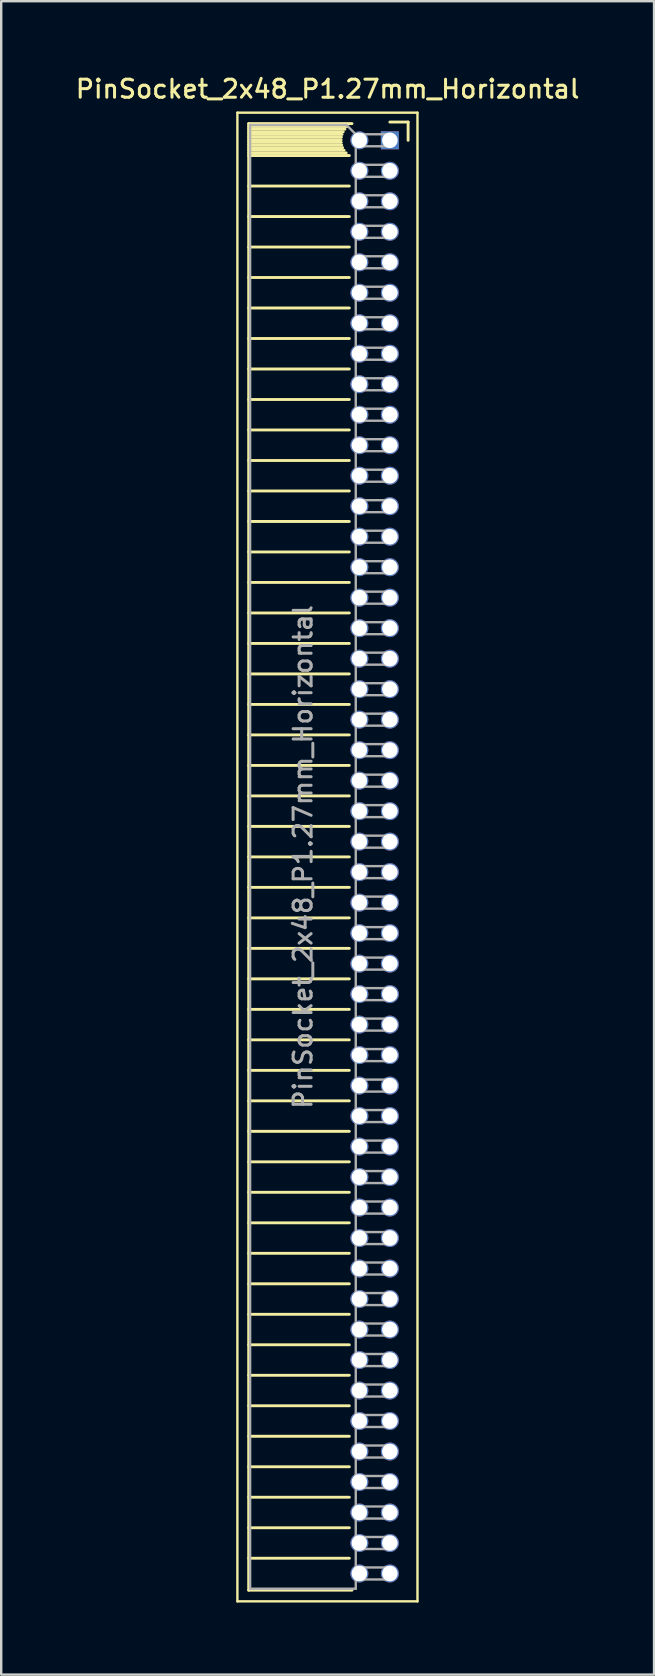
<source format=kicad_pcb>
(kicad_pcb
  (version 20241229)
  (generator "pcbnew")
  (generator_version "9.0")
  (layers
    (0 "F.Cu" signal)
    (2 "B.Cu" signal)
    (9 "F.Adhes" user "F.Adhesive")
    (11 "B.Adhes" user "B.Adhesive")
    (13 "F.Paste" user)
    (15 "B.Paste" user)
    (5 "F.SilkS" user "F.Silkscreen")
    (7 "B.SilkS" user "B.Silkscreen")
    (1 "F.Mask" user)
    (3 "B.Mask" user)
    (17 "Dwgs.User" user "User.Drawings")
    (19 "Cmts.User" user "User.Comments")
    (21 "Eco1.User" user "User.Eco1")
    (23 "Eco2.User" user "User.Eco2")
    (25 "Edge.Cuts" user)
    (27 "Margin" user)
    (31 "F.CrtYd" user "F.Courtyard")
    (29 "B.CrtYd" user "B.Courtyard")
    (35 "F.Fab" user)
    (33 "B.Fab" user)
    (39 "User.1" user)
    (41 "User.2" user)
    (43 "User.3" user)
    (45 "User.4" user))
  (footprint "PinSocket_2x48_P1.27mm_Horizontal"
    (layer "F.Cu")
    (at 13.187 2.793)
    (property "Reference" "PinSocket_2x48_P1.27mm_Horizontal" (at -2.592 -2.135 0) (layer "F.SilkS") (effects (font (size 0.75 0.75) (thickness 0.125))))
    (attr through_hole)
    (fp_line (start -6.35 -1.15) (end -6.35 60.85) (stroke (width 0.1) (type solid)) (layer "F.SilkS"))
    (fp_line (start -6.35 60.85) (end 1.15 60.85) (stroke (width 0.1) (type solid)) (layer "F.SilkS"))
    (fp_line (start -5.88 -0.695) (end -5.88 60.385) (stroke (width 0.12) (type solid)) (layer "F.SilkS"))
    (fp_line (start -5.88 -0.695) (end -1.578 -0.695) (stroke (width 0.12) (type solid)) (layer "F.SilkS"))
    (fp_line (start -5.88 -0.575) (end -1.767 -0.575) (stroke (width 0.12) (type solid)) (layer "F.SilkS"))
    (fp_line (start -5.88 -0.465) (end -1.871 -0.465) (stroke (width 0.12) (type solid)) (layer "F.SilkS"))
    (fp_line (start -5.88 -0.355) (end -1.942 -0.355) (stroke (width 0.12) (type solid)) (layer "F.SilkS"))
    (fp_line (start -5.88 -0.245) (end -1.989 -0.245) (stroke (width 0.12) (type solid)) (layer "F.SilkS"))
    (fp_line (start -5.88 -0.135) (end -2.018 -0.135) (stroke (width 0.12) (type solid)) (layer "F.SilkS"))
    (fp_line (start -5.88 -0.025) (end -2.03 -0.025) (stroke (width 0.12) (type solid)) (layer "F.SilkS"))
    (fp_line (start -5.88 0.085) (end -2.025 0.085) (stroke (width 0.12) (type solid)) (layer "F.SilkS"))
    (fp_line (start -5.88 0.195) (end -2.005 0.195) (stroke (width 0.12) (type solid)) (layer "F.SilkS"))
    (fp_line (start -5.88 0.305) (end -1.966 0.305) (stroke (width 0.12) (type solid)) (layer "F.SilkS"))
    (fp_line (start -5.88 0.415) (end -1.907 0.415) (stroke (width 0.12) (type solid)) (layer "F.SilkS"))
    (fp_line (start -5.88 0.525) (end -1.82 0.525) (stroke (width 0.12) (type solid)) (layer "F.SilkS"))
    (fp_line (start -5.88 0.635) (end -1.688 0.635) (stroke (width 0.12) (type solid)) (layer "F.SilkS"))
    (fp_line (start -5.88 1.905) (end -1.688 1.905) (stroke (width 0.12) (type solid)) (layer "F.SilkS"))
    (fp_line (start -5.88 3.175) (end -1.688 3.175) (stroke (width 0.12) (type solid)) (layer "F.SilkS"))
    (fp_line (start -5.88 4.445) (end -1.688 4.445) (stroke (width 0.12) (type solid)) (layer "F.SilkS"))
    (fp_line (start -5.88 5.715) (end -1.688 5.715) (stroke (width 0.12) (type solid)) (layer "F.SilkS"))
    (fp_line (start -5.88 6.985) (end -1.688 6.985) (stroke (width 0.12) (type solid)) (layer "F.SilkS"))
    (fp_line (start -5.88 8.255) (end -1.688 8.255) (stroke (width 0.12) (type solid)) (layer "F.SilkS"))
    (fp_line (start -5.88 9.525) (end -1.688 9.525) (stroke (width 0.12) (type solid)) (layer "F.SilkS"))
    (fp_line (start -5.88 10.795) (end -1.688 10.795) (stroke (width 0.12) (type solid)) (layer "F.SilkS"))
    (fp_line (start -5.88 12.065) (end -1.688 12.065) (stroke (width 0.12) (type solid)) (layer "F.SilkS"))
    (fp_line (start -5.88 13.335) (end -1.688 13.335) (stroke (width 0.12) (type solid)) (layer "F.SilkS"))
    (fp_line (start -5.88 14.605) (end -1.688 14.605) (stroke (width 0.12) (type solid)) (layer "F.SilkS"))
    (fp_line (start -5.88 15.875) (end -1.688 15.875) (stroke (width 0.12) (type solid)) (layer "F.SilkS"))
    (fp_line (start -5.88 17.145) (end -1.688 17.145) (stroke (width 0.12) (type solid)) (layer "F.SilkS"))
    (fp_line (start -5.88 18.415) (end -1.688 18.415) (stroke (width 0.12) (type solid)) (layer "F.SilkS"))
    (fp_line (start -5.88 19.685) (end -1.688 19.685) (stroke (width 0.12) (type solid)) (layer "F.SilkS"))
    (fp_line (start -5.88 20.955) (end -1.688 20.955) (stroke (width 0.12) (type solid)) (layer "F.SilkS"))
    (fp_line (start -5.88 22.225) (end -1.688 22.225) (stroke (width 0.12) (type solid)) (layer "F.SilkS"))
    (fp_line (start -5.88 23.495) (end -1.688 23.495) (stroke (width 0.12) (type solid)) (layer "F.SilkS"))
    (fp_line (start -5.88 24.765) (end -1.688 24.765) (stroke (width 0.12) (type solid)) (layer "F.SilkS"))
    (fp_line (start -5.88 26.035) (end -1.688 26.035) (stroke (width 0.12) (type solid)) (layer "F.SilkS"))
    (fp_line (start -5.88 27.305) (end -1.688 27.305) (stroke (width 0.12) (type solid)) (layer "F.SilkS"))
    (fp_line (start -5.88 28.575) (end -1.688 28.575) (stroke (width 0.12) (type solid)) (layer "F.SilkS"))
    (fp_line (start -5.88 29.845) (end -1.688 29.845) (stroke (width 0.12) (type solid)) (layer "F.SilkS"))
    (fp_line (start -5.88 31.115) (end -1.688 31.115) (stroke (width 0.12) (type solid)) (layer "F.SilkS"))
    (fp_line (start -5.88 32.385) (end -1.688 32.385) (stroke (width 0.12) (type solid)) (layer "F.SilkS"))
    (fp_line (start -5.88 33.655) (end -1.688 33.655) (stroke (width 0.12) (type solid)) (layer "F.SilkS"))
    (fp_line (start -5.88 34.925) (end -1.688 34.925) (stroke (width 0.12) (type solid)) (layer "F.SilkS"))
    (fp_line (start -5.88 36.195) (end -1.688 36.195) (stroke (width 0.12) (type solid)) (layer "F.SilkS"))
    (fp_line (start -5.88 37.465) (end -1.688 37.465) (stroke (width 0.12) (type solid)) (layer "F.SilkS"))
    (fp_line (start -5.88 38.735) (end -1.688 38.735) (stroke (width 0.12) (type solid)) (layer "F.SilkS"))
    (fp_line (start -5.88 40.005) (end -1.688 40.005) (stroke (width 0.12) (type solid)) (layer "F.SilkS"))
    (fp_line (start -5.88 41.275) (end -1.688 41.275) (stroke (width 0.12) (type solid)) (layer "F.SilkS"))
    (fp_line (start -5.88 42.545) (end -1.688 42.545) (stroke (width 0.12) (type solid)) (layer "F.SilkS"))
    (fp_line (start -5.88 43.815) (end -1.688 43.815) (stroke (width 0.12) (type solid)) (layer "F.SilkS"))
    (fp_line (start -5.88 45.085) (end -1.688 45.085) (stroke (width 0.12) (type solid)) (layer "F.SilkS"))
    (fp_line (start -5.88 46.355) (end -1.688 46.355) (stroke (width 0.12) (type solid)) (layer "F.SilkS"))
    (fp_line (start -5.88 47.625) (end -1.688 47.625) (stroke (width 0.12) (type solid)) (layer "F.SilkS"))
    (fp_line (start -5.88 48.895) (end -1.688 48.895) (stroke (width 0.12) (type solid)) (layer "F.SilkS"))
    (fp_line (start -5.88 50.165) (end -1.688 50.165) (stroke (width 0.12) (type solid)) (layer "F.SilkS"))
    (fp_line (start -5.88 51.435) (end -1.688 51.435) (stroke (width 0.12) (type solid)) (layer "F.SilkS"))
    (fp_line (start -5.88 52.705) (end -1.688 52.705) (stroke (width 0.12) (type solid)) (layer "F.SilkS"))
    (fp_line (start -5.88 53.975) (end -1.688 53.975) (stroke (width 0.12) (type solid)) (layer "F.SilkS"))
    (fp_line (start -5.88 55.245) (end -1.688 55.245) (stroke (width 0.12) (type solid)) (layer "F.SilkS"))
    (fp_line (start -5.88 56.515) (end -1.688 56.515) (stroke (width 0.12) (type solid)) (layer "F.SilkS"))
    (fp_line (start -5.88 57.785) (end -1.688 57.785) (stroke (width 0.12) (type solid)) (layer "F.SilkS"))
    (fp_line (start -5.88 59.055) (end -1.688 59.055) (stroke (width 0.12) (type solid)) (layer "F.SilkS"))
    (fp_line (start -5.88 60.385) (end -1.578 60.385) (stroke (width 0.12) (type solid)) (layer "F.SilkS"))
    (fp_line (start 0 -0.76) (end 0.76 -0.76) (stroke (width 0.12) (type solid)) (layer "F.SilkS"))
    (fp_line (start 0.76 -0.76) (end 0.76 0) (stroke (width 0.12) (type solid)) (layer "F.SilkS"))
    (fp_line (start 1.15 -1.15) (end -6.35 -1.15) (stroke (width 0.1) (type solid)) (layer "F.SilkS"))
    (fp_line (start 1.15 60.85) (end 1.15 -1.15) (stroke (width 0.1) (type solid)) (layer "F.SilkS"))
    (fp_line (start -5.82 -0.635) (end -1.805 -0.635) (stroke (width 0.1) (type solid)) (layer "F.Fab"))
    (fp_line (start -5.82 60.325) (end -5.82 -0.635) (stroke (width 0.1) (type solid)) (layer "F.Fab"))
    (fp_line (start -1.805 -0.635) (end -1.42 -0.25) (stroke (width 0.1) (type solid)) (layer "F.Fab"))
    (fp_line (start -1.42 -0.25) (end -1.42 60.325) (stroke (width 0.1) (type solid)) (layer "F.Fab"))
    (fp_line (start -1.42 0.25) (end 0 0.25) (stroke (width 0.1) (type solid)) (layer "F.Fab"))
    (fp_line (start -1.42 1.52) (end 0 1.52) (stroke (width 0.1) (type solid)) (layer "F.Fab"))
    (fp_line (start -1.42 2.79) (end 0 2.79) (stroke (width 0.1) (type solid)) (layer "F.Fab"))
    (fp_line (start -1.42 4.06) (end 0 4.06) (stroke (width 0.1) (type solid)) (layer "F.Fab"))
    (fp_line (start -1.42 5.33) (end 0 5.33) (stroke (width 0.1) (type solid)) (layer "F.Fab"))
    (fp_line (start -1.42 6.6) (end 0 6.6) (stroke (width 0.1) (type solid)) (layer "F.Fab"))
    (fp_line (start -1.42 7.87) (end 0 7.87) (stroke (width 0.1) (type solid)) (layer "F.Fab"))
    (fp_line (start -1.42 9.14) (end 0 9.14) (stroke (width 0.1) (type solid)) (layer "F.Fab"))
    (fp_line (start -1.42 10.41) (end 0 10.41) (stroke (width 0.1) (type solid)) (layer "F.Fab"))
    (fp_line (start -1.42 11.68) (end 0 11.68) (stroke (width 0.1) (type solid)) (layer "F.Fab"))
    (fp_line (start -1.42 12.95) (end 0 12.95) (stroke (width 0.1) (type solid)) (layer "F.Fab"))
    (fp_line (start -1.42 14.22) (end 0 14.22) (stroke (width 0.1) (type solid)) (layer "F.Fab"))
    (fp_line (start -1.42 15.49) (end 0 15.49) (stroke (width 0.1) (type solid)) (layer "F.Fab"))
    (fp_line (start -1.42 16.76) (end 0 16.76) (stroke (width 0.1) (type solid)) (layer "F.Fab"))
    (fp_line (start -1.42 18.03) (end 0 18.03) (stroke (width 0.1) (type solid)) (layer "F.Fab"))
    (fp_line (start -1.42 19.3) (end 0 19.3) (stroke (width 0.1) (type solid)) (layer "F.Fab"))
    (fp_line (start -1.42 20.57) (end 0 20.57) (stroke (width 0.1) (type solid)) (layer "F.Fab"))
    (fp_line (start -1.42 21.84) (end 0 21.84) (stroke (width 0.1) (type solid)) (layer "F.Fab"))
    (fp_line (start -1.42 23.11) (end 0 23.11) (stroke (width 0.1) (type solid)) (layer "F.Fab"))
    (fp_line (start -1.42 24.38) (end 0 24.38) (stroke (width 0.1) (type solid)) (layer "F.Fab"))
    (fp_line (start -1.42 25.65) (end 0 25.65) (stroke (width 0.1) (type solid)) (layer "F.Fab"))
    (fp_line (start -1.42 26.92) (end 0 26.92) (stroke (width 0.1) (type solid)) (layer "F.Fab"))
    (fp_line (start -1.42 28.19) (end 0 28.19) (stroke (width 0.1) (type solid)) (layer "F.Fab"))
    (fp_line (start -1.42 29.46) (end 0 29.46) (stroke (width 0.1) (type solid)) (layer "F.Fab"))
    (fp_line (start -1.42 30.73) (end 0 30.73) (stroke (width 0.1) (type solid)) (layer "F.Fab"))
    (fp_line (start -1.42 32) (end 0 32) (stroke (width 0.1) (type solid)) (layer "F.Fab"))
    (fp_line (start -1.42 33.27) (end 0 33.27) (stroke (width 0.1) (type solid)) (layer "F.Fab"))
    (fp_line (start -1.42 34.54) (end 0 34.54) (stroke (width 0.1) (type solid)) (layer "F.Fab"))
    (fp_line (start -1.42 35.81) (end 0 35.81) (stroke (width 0.1) (type solid)) (layer "F.Fab"))
    (fp_line (start -1.42 37.08) (end 0 37.08) (stroke (width 0.1) (type solid)) (layer "F.Fab"))
    (fp_line (start -1.42 38.35) (end 0 38.35) (stroke (width 0.1) (type solid)) (layer "F.Fab"))
    (fp_line (start -1.42 39.62) (end 0 39.62) (stroke (width 0.1) (type solid)) (layer "F.Fab"))
    (fp_line (start -1.42 40.89) (end 0 40.89) (stroke (width 0.1) (type solid)) (layer "F.Fab"))
    (fp_line (start -1.42 42.16) (end 0 42.16) (stroke (width 0.1) (type solid)) (layer "F.Fab"))
    (fp_line (start -1.42 43.43) (end 0 43.43) (stroke (width 0.1) (type solid)) (layer "F.Fab"))
    (fp_line (start -1.42 44.7) (end 0 44.7) (stroke (width 0.1) (type solid)) (layer "F.Fab"))
    (fp_line (start -1.42 45.97) (end 0 45.97) (stroke (width 0.1) (type solid)) (layer "F.Fab"))
    (fp_line (start -1.42 47.24) (end 0 47.24) (stroke (width 0.1) (type solid)) (layer "F.Fab"))
    (fp_line (start -1.42 48.51) (end 0 48.51) (stroke (width 0.1) (type solid)) (layer "F.Fab"))
    (fp_line (start -1.42 49.78) (end 0 49.78) (stroke (width 0.1) (type solid)) (layer "F.Fab"))
    (fp_line (start -1.42 51.05) (end 0 51.05) (stroke (width 0.1) (type solid)) (layer "F.Fab"))
    (fp_line (start -1.42 52.32) (end 0 52.32) (stroke (width 0.1) (type solid)) (layer "F.Fab"))
    (fp_line (start -1.42 53.59) (end 0 53.59) (stroke (width 0.1) (type solid)) (layer "F.Fab"))
    (fp_line (start -1.42 54.86) (end 0 54.86) (stroke (width 0.1) (type solid)) (layer "F.Fab"))
    (fp_line (start -1.42 56.13) (end 0 56.13) (stroke (width 0.1) (type solid)) (layer "F.Fab"))
    (fp_line (start -1.42 57.4) (end 0 57.4) (stroke (width 0.1) (type solid)) (layer "F.Fab"))
    (fp_line (start -1.42 58.67) (end 0 58.67) (stroke (width 0.1) (type solid)) (layer "F.Fab"))
    (fp_line (start -1.42 59.94) (end 0 59.94) (stroke (width 0.1) (type solid)) (layer "F.Fab"))
    (fp_line (start -1.42 60.325) (end -5.82 60.325) (stroke (width 0.1) (type solid)) (layer "F.Fab"))
    (fp_line (start 0 -0.25) (end -1.42 -0.25) (stroke (width 0.1) (type solid)) (layer "F.Fab"))
    (fp_line (start 0 0.25) (end 0 -0.25) (stroke (width 0.1) (type solid)) (layer "F.Fab"))
    (fp_line (start 0 1.02) (end -1.42 1.02) (stroke (width 0.1) (type solid)) (layer "F.Fab"))
    (fp_line (start 0 1.52) (end 0 1.02) (stroke (width 0.1) (type solid)) (layer "F.Fab"))
    (fp_line (start 0 2.29) (end -1.42 2.29) (stroke (width 0.1) (type solid)) (layer "F.Fab"))
    (fp_line (start 0 2.79) (end 0 2.29) (stroke (width 0.1) (type solid)) (layer "F.Fab"))
    (fp_line (start 0 3.56) (end -1.42 3.56) (stroke (width 0.1) (type solid)) (layer "F.Fab"))
    (fp_line (start 0 4.06) (end 0 3.56) (stroke (width 0.1) (type solid)) (layer "F.Fab"))
    (fp_line (start 0 4.83) (end -1.42 4.83) (stroke (width 0.1) (type solid)) (layer "F.Fab"))
    (fp_line (start 0 5.33) (end 0 4.83) (stroke (width 0.1) (type solid)) (layer "F.Fab"))
    (fp_line (start 0 6.1) (end -1.42 6.1) (stroke (width 0.1) (type solid)) (layer "F.Fab"))
    (fp_line (start 0 6.6) (end 0 6.1) (stroke (width 0.1) (type solid)) (layer "F.Fab"))
    (fp_line (start 0 7.37) (end -1.42 7.37) (stroke (width 0.1) (type solid)) (layer "F.Fab"))
    (fp_line (start 0 7.87) (end 0 7.37) (stroke (width 0.1) (type solid)) (layer "F.Fab"))
    (fp_line (start 0 8.64) (end -1.42 8.64) (stroke (width 0.1) (type solid)) (layer "F.Fab"))
    (fp_line (start 0 9.14) (end 0 8.64) (stroke (width 0.1) (type solid)) (layer "F.Fab"))
    (fp_line (start 0 9.91) (end -1.42 9.91) (stroke (width 0.1) (type solid)) (layer "F.Fab"))
    (fp_line (start 0 10.41) (end 0 9.91) (stroke (width 0.1) (type solid)) (layer "F.Fab"))
    (fp_line (start 0 11.18) (end -1.42 11.18) (stroke (width 0.1) (type solid)) (layer "F.Fab"))
    (fp_line (start 0 11.68) (end 0 11.18) (stroke (width 0.1) (type solid)) (layer "F.Fab"))
    (fp_line (start 0 12.45) (end -1.42 12.45) (stroke (width 0.1) (type solid)) (layer "F.Fab"))
    (fp_line (start 0 12.95) (end 0 12.45) (stroke (width 0.1) (type solid)) (layer "F.Fab"))
    (fp_line (start 0 13.72) (end -1.42 13.72) (stroke (width 0.1) (type solid)) (layer "F.Fab"))
    (fp_line (start 0 14.22) (end 0 13.72) (stroke (width 0.1) (type solid)) (layer "F.Fab"))
    (fp_line (start 0 14.99) (end -1.42 14.99) (stroke (width 0.1) (type solid)) (layer "F.Fab"))
    (fp_line (start 0 15.49) (end 0 14.99) (stroke (width 0.1) (type solid)) (layer "F.Fab"))
    (fp_line (start 0 16.26) (end -1.42 16.26) (stroke (width 0.1) (type solid)) (layer "F.Fab"))
    (fp_line (start 0 16.76) (end 0 16.26) (stroke (width 0.1) (type solid)) (layer "F.Fab"))
    (fp_line (start 0 17.53) (end -1.42 17.53) (stroke (width 0.1) (type solid)) (layer "F.Fab"))
    (fp_line (start 0 18.03) (end 0 17.53) (stroke (width 0.1) (type solid)) (layer "F.Fab"))
    (fp_line (start 0 18.8) (end -1.42 18.8) (stroke (width 0.1) (type solid)) (layer "F.Fab"))
    (fp_line (start 0 19.3) (end 0 18.8) (stroke (width 0.1) (type solid)) (layer "F.Fab"))
    (fp_line (start 0 20.07) (end -1.42 20.07) (stroke (width 0.1) (type solid)) (layer "F.Fab"))
    (fp_line (start 0 20.57) (end 0 20.07) (stroke (width 0.1) (type solid)) (layer "F.Fab"))
    (fp_line (start 0 21.34) (end -1.42 21.34) (stroke (width 0.1) (type solid)) (layer "F.Fab"))
    (fp_line (start 0 21.84) (end 0 21.34) (stroke (width 0.1) (type solid)) (layer "F.Fab"))
    (fp_line (start 0 22.61) (end -1.42 22.61) (stroke (width 0.1) (type solid)) (layer "F.Fab"))
    (fp_line (start 0 23.11) (end 0 22.61) (stroke (width 0.1) (type solid)) (layer "F.Fab"))
    (fp_line (start 0 23.88) (end -1.42 23.88) (stroke (width 0.1) (type solid)) (layer "F.Fab"))
    (fp_line (start 0 24.38) (end 0 23.88) (stroke (width 0.1) (type solid)) (layer "F.Fab"))
    (fp_line (start 0 25.15) (end -1.42 25.15) (stroke (width 0.1) (type solid)) (layer "F.Fab"))
    (fp_line (start 0 25.65) (end 0 25.15) (stroke (width 0.1) (type solid)) (layer "F.Fab"))
    (fp_line (start 0 26.42) (end -1.42 26.42) (stroke (width 0.1) (type solid)) (layer "F.Fab"))
    (fp_line (start 0 26.92) (end 0 26.42) (stroke (width 0.1) (type solid)) (layer "F.Fab"))
    (fp_line (start 0 27.69) (end -1.42 27.69) (stroke (width 0.1) (type solid)) (layer "F.Fab"))
    (fp_line (start 0 28.19) (end 0 27.69) (stroke (width 0.1) (type solid)) (layer "F.Fab"))
    (fp_line (start 0 28.96) (end -1.42 28.96) (stroke (width 0.1) (type solid)) (layer "F.Fab"))
    (fp_line (start 0 29.46) (end 0 28.96) (stroke (width 0.1) (type solid)) (layer "F.Fab"))
    (fp_line (start 0 30.23) (end -1.42 30.23) (stroke (width 0.1) (type solid)) (layer "F.Fab"))
    (fp_line (start 0 30.73) (end 0 30.23) (stroke (width 0.1) (type solid)) (layer "F.Fab"))
    (fp_line (start 0 31.5) (end -1.42 31.5) (stroke (width 0.1) (type solid)) (layer "F.Fab"))
    (fp_line (start 0 32) (end 0 31.5) (stroke (width 0.1) (type solid)) (layer "F.Fab"))
    (fp_line (start 0 32.77) (end -1.42 32.77) (stroke (width 0.1) (type solid)) (layer "F.Fab"))
    (fp_line (start 0 33.27) (end 0 32.77) (stroke (width 0.1) (type solid)) (layer "F.Fab"))
    (fp_line (start 0 34.04) (end -1.42 34.04) (stroke (width 0.1) (type solid)) (layer "F.Fab"))
    (fp_line (start 0 34.54) (end 0 34.04) (stroke (width 0.1) (type solid)) (layer "F.Fab"))
    (fp_line (start 0 35.31) (end -1.42 35.31) (stroke (width 0.1) (type solid)) (layer "F.Fab"))
    (fp_line (start 0 35.81) (end 0 35.31) (stroke (width 0.1) (type solid)) (layer "F.Fab"))
    (fp_line (start 0 36.58) (end -1.42 36.58) (stroke (width 0.1) (type solid)) (layer "F.Fab"))
    (fp_line (start 0 37.08) (end 0 36.58) (stroke (width 0.1) (type solid)) (layer "F.Fab"))
    (fp_line (start 0 37.85) (end -1.42 37.85) (stroke (width 0.1) (type solid)) (layer "F.Fab"))
    (fp_line (start 0 38.35) (end 0 37.85) (stroke (width 0.1) (type solid)) (layer "F.Fab"))
    (fp_line (start 0 39.12) (end -1.42 39.12) (stroke (width 0.1) (type solid)) (layer "F.Fab"))
    (fp_line (start 0 39.62) (end 0 39.12) (stroke (width 0.1) (type solid)) (layer "F.Fab"))
    (fp_line (start 0 40.39) (end -1.42 40.39) (stroke (width 0.1) (type solid)) (layer "F.Fab"))
    (fp_line (start 0 40.89) (end 0 40.39) (stroke (width 0.1) (type solid)) (layer "F.Fab"))
    (fp_line (start 0 41.66) (end -1.42 41.66) (stroke (width 0.1) (type solid)) (layer "F.Fab"))
    (fp_line (start 0 42.16) (end 0 41.66) (stroke (width 0.1) (type solid)) (layer "F.Fab"))
    (fp_line (start 0 42.93) (end -1.42 42.93) (stroke (width 0.1) (type solid)) (layer "F.Fab"))
    (fp_line (start 0 43.43) (end 0 42.93) (stroke (width 0.1) (type solid)) (layer "F.Fab"))
    (fp_line (start 0 44.2) (end -1.42 44.2) (stroke (width 0.1) (type solid)) (layer "F.Fab"))
    (fp_line (start 0 44.7) (end 0 44.2) (stroke (width 0.1) (type solid)) (layer "F.Fab"))
    (fp_line (start 0 45.47) (end -1.42 45.47) (stroke (width 0.1) (type solid)) (layer "F.Fab"))
    (fp_line (start 0 45.97) (end 0 45.47) (stroke (width 0.1) (type solid)) (layer "F.Fab"))
    (fp_line (start 0 46.74) (end -1.42 46.74) (stroke (width 0.1) (type solid)) (layer "F.Fab"))
    (fp_line (start 0 47.24) (end 0 46.74) (stroke (width 0.1) (type solid)) (layer "F.Fab"))
    (fp_line (start 0 48.01) (end -1.42 48.01) (stroke (width 0.1) (type solid)) (layer "F.Fab"))
    (fp_line (start 0 48.51) (end 0 48.01) (stroke (width 0.1) (type solid)) (layer "F.Fab"))
    (fp_line (start 0 49.28) (end -1.42 49.28) (stroke (width 0.1) (type solid)) (layer "F.Fab"))
    (fp_line (start 0 49.78) (end 0 49.28) (stroke (width 0.1) (type solid)) (layer "F.Fab"))
    (fp_line (start 0 50.55) (end -1.42 50.55) (stroke (width 0.1) (type solid)) (layer "F.Fab"))
    (fp_line (start 0 51.05) (end 0 50.55) (stroke (width 0.1) (type solid)) (layer "F.Fab"))
    (fp_line (start 0 51.82) (end -1.42 51.82) (stroke (width 0.1) (type solid)) (layer "F.Fab"))
    (fp_line (start 0 52.32) (end 0 51.82) (stroke (width 0.1) (type solid)) (layer "F.Fab"))
    (fp_line (start 0 53.09) (end -1.42 53.09) (stroke (width 0.1) (type solid)) (layer "F.Fab"))
    (fp_line (start 0 53.59) (end 0 53.09) (stroke (width 0.1) (type solid)) (layer "F.Fab"))
    (fp_line (start 0 54.36) (end -1.42 54.36) (stroke (width 0.1) (type solid)) (layer "F.Fab"))
    (fp_line (start 0 54.86) (end 0 54.36) (stroke (width 0.1) (type solid)) (layer "F.Fab"))
    (fp_line (start 0 55.63) (end -1.42 55.63) (stroke (width 0.1) (type solid)) (layer "F.Fab"))
    (fp_line (start 0 56.13) (end 0 55.63) (stroke (width 0.1) (type solid)) (layer "F.Fab"))
    (fp_line (start 0 56.9) (end -1.42 56.9) (stroke (width 0.1) (type solid)) (layer "F.Fab"))
    (fp_line (start 0 57.4) (end 0 56.9) (stroke (width 0.1) (type solid)) (layer "F.Fab"))
    (fp_line (start 0 58.17) (end -1.42 58.17) (stroke (width 0.1) (type solid)) (layer "F.Fab"))
    (fp_line (start 0 58.67) (end 0 58.17) (stroke (width 0.1) (type solid)) (layer "F.Fab"))
    (fp_line (start 0 59.44) (end -1.42 59.44) (stroke (width 0.1) (type solid)) (layer "F.Fab"))
    (fp_line (start 0 59.94) (end 0 59.44) (stroke (width 0.1) (type solid)) (layer "F.Fab"))
    (fp_text user "${REFERENCE}" (at -3.62 29.845 90) (layer "F.Fab") (effects (font (size 0.75 0.75) (thickness 0.125))))
    (pad "1" thru_hole rect (at 0 0) (size 0.75 0.75) (drill 0.65) (layers "*.Cu" "*.Mask"))
    (pad "2" thru_hole oval (at -1.27 0) (size 0.75 0.75) (drill 0.65) (layers "*.Cu" "*.Mask"))
    (pad "3" thru_hole oval (at 0 1.27) (size 0.75 0.75) (drill 0.65) (layers "*.Cu" "*.Mask"))
    (pad "4" thru_hole oval (at -1.27 1.27) (size 0.75 0.75) (drill 0.65) (layers "*.Cu" "*.Mask"))
    (pad "5" thru_hole oval (at 0 2.54) (size 0.75 0.75) (drill 0.65) (layers "*.Cu" "*.Mask"))
    (pad "6" thru_hole oval (at -1.27 2.54) (size 0.75 0.75) (drill 0.65) (layers "*.Cu" "*.Mask"))
    (pad "7" thru_hole oval (at 0 3.81) (size 0.75 0.75) (drill 0.65) (layers "*.Cu" "*.Mask"))
    (pad "8" thru_hole oval (at -1.27 3.81) (size 0.75 0.75) (drill 0.65) (layers "*.Cu" "*.Mask"))
    (pad "9" thru_hole oval (at 0 5.08) (size 0.75 0.75) (drill 0.65) (layers "*.Cu" "*.Mask"))
    (pad "10" thru_hole oval (at -1.27 5.08) (size 0.75 0.75) (drill 0.65) (layers "*.Cu" "*.Mask"))
    (pad "11" thru_hole oval (at 0 6.35) (size 0.75 0.75) (drill 0.65) (layers "*.Cu" "*.Mask"))
    (pad "12" thru_hole oval (at -1.27 6.35) (size 0.75 0.75) (drill 0.65) (layers "*.Cu" "*.Mask"))
    (pad "13" thru_hole oval (at 0 7.62) (size 0.75 0.75) (drill 0.65) (layers "*.Cu" "*.Mask"))
    (pad "14" thru_hole oval (at -1.27 7.62) (size 0.75 0.75) (drill 0.65) (layers "*.Cu" "*.Mask"))
    (pad "15" thru_hole oval (at 0 8.89) (size 0.75 0.75) (drill 0.65) (layers "*.Cu" "*.Mask"))
    (pad "16" thru_hole oval (at -1.27 8.89) (size 0.75 0.75) (drill 0.65) (layers "*.Cu" "*.Mask"))
    (pad "17" thru_hole oval (at 0 10.16) (size 0.75 0.75) (drill 0.65) (layers "*.Cu" "*.Mask"))
    (pad "18" thru_hole oval (at -1.27 10.16) (size 0.75 0.75) (drill 0.65) (layers "*.Cu" "*.Mask"))
    (pad "19" thru_hole oval (at 0 11.43) (size 0.75 0.75) (drill 0.65) (layers "*.Cu" "*.Mask"))
    (pad "20" thru_hole oval (at -1.27 11.43) (size 0.75 0.75) (drill 0.65) (layers "*.Cu" "*.Mask"))
    (pad "21" thru_hole oval (at 0 12.7) (size 0.75 0.75) (drill 0.65) (layers "*.Cu" "*.Mask"))
    (pad "22" thru_hole oval (at -1.27 12.7) (size 0.75 0.75) (drill 0.65) (layers "*.Cu" "*.Mask"))
    (pad "23" thru_hole oval (at 0 13.97) (size 0.75 0.75) (drill 0.65) (layers "*.Cu" "*.Mask"))
    (pad "24" thru_hole oval (at -1.27 13.97) (size 0.75 0.75) (drill 0.65) (layers "*.Cu" "*.Mask"))
    (pad "25" thru_hole oval (at 0 15.24) (size 0.75 0.75) (drill 0.65) (layers "*.Cu" "*.Mask"))
    (pad "26" thru_hole oval (at -1.27 15.24) (size 0.75 0.75) (drill 0.65) (layers "*.Cu" "*.Mask"))
    (pad "27" thru_hole oval (at 0 16.51) (size 0.75 0.75) (drill 0.65) (layers "*.Cu" "*.Mask"))
    (pad "28" thru_hole oval (at -1.27 16.51) (size 0.75 0.75) (drill 0.65) (layers "*.Cu" "*.Mask"))
    (pad "29" thru_hole oval (at 0 17.78) (size 0.75 0.75) (drill 0.65) (layers "*.Cu" "*.Mask"))
    (pad "30" thru_hole oval (at -1.27 17.78) (size 0.75 0.75) (drill 0.65) (layers "*.Cu" "*.Mask"))
    (pad "31" thru_hole oval (at 0 19.05) (size 0.75 0.75) (drill 0.65) (layers "*.Cu" "*.Mask"))
    (pad "32" thru_hole oval (at -1.27 19.05) (size 0.75 0.75) (drill 0.65) (layers "*.Cu" "*.Mask"))
    (pad "33" thru_hole oval (at 0 20.32) (size 0.75 0.75) (drill 0.65) (layers "*.Cu" "*.Mask"))
    (pad "34" thru_hole oval (at -1.27 20.32) (size 0.75 0.75) (drill 0.65) (layers "*.Cu" "*.Mask"))
    (pad "35" thru_hole oval (at 0 21.59) (size 0.75 0.75) (drill 0.65) (layers "*.Cu" "*.Mask"))
    (pad "36" thru_hole oval (at -1.27 21.59) (size 0.75 0.75) (drill 0.65) (layers "*.Cu" "*.Mask"))
    (pad "37" thru_hole oval (at 0 22.86) (size 0.75 0.75) (drill 0.65) (layers "*.Cu" "*.Mask"))
    (pad "38" thru_hole oval (at -1.27 22.86) (size 0.75 0.75) (drill 0.65) (layers "*.Cu" "*.Mask"))
    (pad "39" thru_hole oval (at 0 24.13) (size 0.75 0.75) (drill 0.65) (layers "*.Cu" "*.Mask"))
    (pad "40" thru_hole oval (at -1.27 24.13) (size 0.75 0.75) (drill 0.65) (layers "*.Cu" "*.Mask"))
    (pad "41" thru_hole oval (at 0 25.4) (size 0.75 0.75) (drill 0.65) (layers "*.Cu" "*.Mask"))
    (pad "42" thru_hole oval (at -1.27 25.4) (size 0.75 0.75) (drill 0.65) (layers "*.Cu" "*.Mask"))
    (pad "43" thru_hole oval (at 0 26.67) (size 0.75 0.75) (drill 0.65) (layers "*.Cu" "*.Mask"))
    (pad "44" thru_hole oval (at -1.27 26.67) (size 0.75 0.75) (drill 0.65) (layers "*.Cu" "*.Mask"))
    (pad "45" thru_hole oval (at 0 27.94) (size 0.75 0.75) (drill 0.65) (layers "*.Cu" "*.Mask"))
    (pad "46" thru_hole oval (at -1.27 27.94) (size 0.75 0.75) (drill 0.65) (layers "*.Cu" "*.Mask"))
    (pad "47" thru_hole oval (at 0 29.21) (size 0.75 0.75) (drill 0.65) (layers "*.Cu" "*.Mask"))
    (pad "48" thru_hole oval (at -1.27 29.21) (size 0.75 0.75) (drill 0.65) (layers "*.Cu" "*.Mask"))
    (pad "49" thru_hole oval (at 0 30.48) (size 0.75 0.75) (drill 0.65) (layers "*.Cu" "*.Mask"))
    (pad "50" thru_hole oval (at -1.27 30.48) (size 0.75 0.75) (drill 0.65) (layers "*.Cu" "*.Mask"))
    (pad "51" thru_hole oval (at 0 31.75) (size 0.75 0.75) (drill 0.65) (layers "*.Cu" "*.Mask"))
    (pad "52" thru_hole oval (at -1.27 31.75) (size 0.75 0.75) (drill 0.65) (layers "*.Cu" "*.Mask"))
    (pad "53" thru_hole oval (at 0 33.02) (size 0.75 0.75) (drill 0.65) (layers "*.Cu" "*.Mask"))
    (pad "54" thru_hole oval (at -1.27 33.02) (size 0.75 0.75) (drill 0.65) (layers "*.Cu" "*.Mask"))
    (pad "55" thru_hole oval (at 0 34.29) (size 0.75 0.75) (drill 0.65) (layers "*.Cu" "*.Mask"))
    (pad "56" thru_hole oval (at -1.27 34.29) (size 0.75 0.75) (drill 0.65) (layers "*.Cu" "*.Mask"))
    (pad "57" thru_hole oval (at 0 35.56) (size 0.75 0.75) (drill 0.65) (layers "*.Cu" "*.Mask"))
    (pad "58" thru_hole oval (at -1.27 35.56) (size 0.75 0.75) (drill 0.65) (layers "*.Cu" "*.Mask"))
    (pad "59" thru_hole oval (at 0 36.83) (size 0.75 0.75) (drill 0.65) (layers "*.Cu" "*.Mask"))
    (pad "60" thru_hole oval (at -1.27 36.83) (size 0.75 0.75) (drill 0.65) (layers "*.Cu" "*.Mask"))
    (pad "61" thru_hole oval (at 0 38.1) (size 0.75 0.75) (drill 0.65) (layers "*.Cu" "*.Mask"))
    (pad "62" thru_hole oval (at -1.27 38.1) (size 0.75 0.75) (drill 0.65) (layers "*.Cu" "*.Mask"))
    (pad "63" thru_hole oval (at 0 39.37) (size 0.75 0.75) (drill 0.65) (layers "*.Cu" "*.Mask"))
    (pad "64" thru_hole oval (at -1.27 39.37) (size 0.75 0.75) (drill 0.65) (layers "*.Cu" "*.Mask"))
    (pad "65" thru_hole oval (at 0 40.64) (size 0.75 0.75) (drill 0.65) (layers "*.Cu" "*.Mask"))
    (pad "66" thru_hole oval (at -1.27 40.64) (size 0.75 0.75) (drill 0.65) (layers "*.Cu" "*.Mask"))
    (pad "67" thru_hole oval (at 0 41.91) (size 0.75 0.75) (drill 0.65) (layers "*.Cu" "*.Mask"))
    (pad "68" thru_hole oval (at -1.27 41.91) (size 0.75 0.75) (drill 0.65) (layers "*.Cu" "*.Mask"))
    (pad "69" thru_hole oval (at 0 43.18) (size 0.75 0.75) (drill 0.65) (layers "*.Cu" "*.Mask"))
    (pad "70" thru_hole oval (at -1.27 43.18) (size 0.75 0.75) (drill 0.65) (layers "*.Cu" "*.Mask"))
    (pad "71" thru_hole oval (at 0 44.45) (size 0.75 0.75) (drill 0.65) (layers "*.Cu" "*.Mask"))
    (pad "72" thru_hole oval (at -1.27 44.45) (size 0.75 0.75) (drill 0.65) (layers "*.Cu" "*.Mask"))
    (pad "73" thru_hole oval (at 0 45.72) (size 0.75 0.75) (drill 0.65) (layers "*.Cu" "*.Mask"))
    (pad "74" thru_hole oval (at -1.27 45.72) (size 0.75 0.75) (drill 0.65) (layers "*.Cu" "*.Mask"))
    (pad "75" thru_hole oval (at 0 46.99) (size 0.75 0.75) (drill 0.65) (layers "*.Cu" "*.Mask"))
    (pad "76" thru_hole oval (at -1.27 46.99) (size 0.75 0.75) (drill 0.65) (layers "*.Cu" "*.Mask"))
    (pad "77" thru_hole oval (at 0 48.26) (size 0.75 0.75) (drill 0.65) (layers "*.Cu" "*.Mask"))
    (pad "78" thru_hole oval (at -1.27 48.26) (size 0.75 0.75) (drill 0.65) (layers "*.Cu" "*.Mask"))
    (pad "79" thru_hole oval (at 0 49.53) (size 0.75 0.75) (drill 0.65) (layers "*.Cu" "*.Mask"))
    (pad "80" thru_hole oval (at -1.27 49.53) (size 0.75 0.75) (drill 0.65) (layers "*.Cu" "*.Mask"))
    (pad "81" thru_hole oval (at 0 50.8) (size 0.75 0.75) (drill 0.65) (layers "*.Cu" "*.Mask"))
    (pad "82" thru_hole oval (at -1.27 50.8) (size 0.75 0.75) (drill 0.65) (layers "*.Cu" "*.Mask"))
    (pad "83" thru_hole oval (at 0 52.07) (size 0.75 0.75) (drill 0.65) (layers "*.Cu" "*.Mask"))
    (pad "84" thru_hole oval (at -1.27 52.07) (size 0.75 0.75) (drill 0.65) (layers "*.Cu" "*.Mask"))
    (pad "85" thru_hole oval (at 0 53.34) (size 0.75 0.75) (drill 0.65) (layers "*.Cu" "*.Mask"))
    (pad "86" thru_hole oval (at -1.27 53.34) (size 0.75 0.75) (drill 0.65) (layers "*.Cu" "*.Mask"))
    (pad "87" thru_hole oval (at 0 54.61) (size 0.75 0.75) (drill 0.65) (layers "*.Cu" "*.Mask"))
    (pad "88" thru_hole oval (at -1.27 54.61) (size 0.75 0.75) (drill 0.65) (layers "*.Cu" "*.Mask"))
    (pad "89" thru_hole oval (at 0 55.88) (size 0.75 0.75) (drill 0.65) (layers "*.Cu" "*.Mask"))
    (pad "90" thru_hole oval (at -1.27 55.88) (size 0.75 0.75) (drill 0.65) (layers "*.Cu" "*.Mask"))
    (pad "91" thru_hole oval (at 0 57.15) (size 0.75 0.75) (drill 0.65) (layers "*.Cu" "*.Mask"))
    (pad "92" thru_hole oval (at -1.27 57.15) (size 0.75 0.75) (drill 0.65) (layers "*.Cu" "*.Mask"))
    (pad "93" thru_hole oval (at 0 58.42) (size 0.75 0.75) (drill 0.65) (layers "*.Cu" "*.Mask"))
    (pad "94" thru_hole oval (at -1.27 58.42) (size 0.75 0.75) (drill 0.65) (layers "*.Cu" "*.Mask"))
    (pad "95" thru_hole oval (at 0 59.69) (size 0.75 0.75) (drill 0.65) (layers "*.Cu" "*.Mask"))
    (pad "96" thru_hole oval (at -1.27 59.69) (size 0.75 0.75) (drill 0.65) (layers "*.Cu" "*.Mask")))
  (gr_rect
    (start -3 -3)
    (end 24.189 66.693)
    (stroke (width 0.1) (type default))
    (fill no)
    (layer "Edge.Cuts")))
</source>
